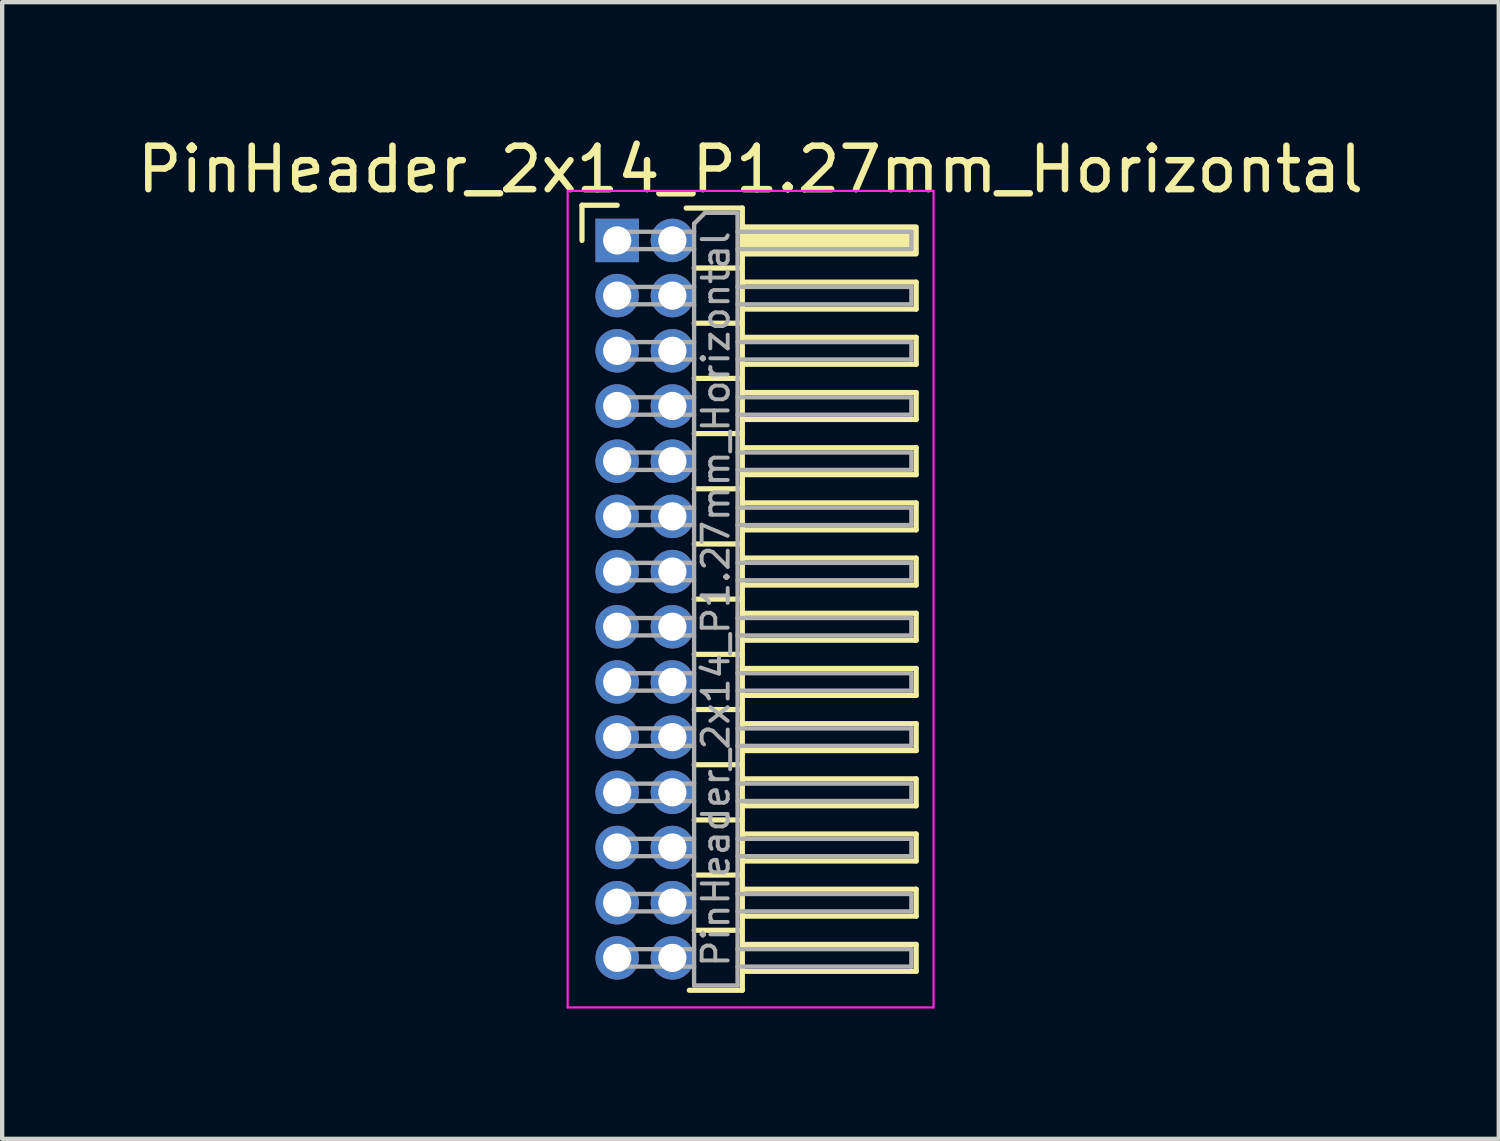
<source format=kicad_pcb>
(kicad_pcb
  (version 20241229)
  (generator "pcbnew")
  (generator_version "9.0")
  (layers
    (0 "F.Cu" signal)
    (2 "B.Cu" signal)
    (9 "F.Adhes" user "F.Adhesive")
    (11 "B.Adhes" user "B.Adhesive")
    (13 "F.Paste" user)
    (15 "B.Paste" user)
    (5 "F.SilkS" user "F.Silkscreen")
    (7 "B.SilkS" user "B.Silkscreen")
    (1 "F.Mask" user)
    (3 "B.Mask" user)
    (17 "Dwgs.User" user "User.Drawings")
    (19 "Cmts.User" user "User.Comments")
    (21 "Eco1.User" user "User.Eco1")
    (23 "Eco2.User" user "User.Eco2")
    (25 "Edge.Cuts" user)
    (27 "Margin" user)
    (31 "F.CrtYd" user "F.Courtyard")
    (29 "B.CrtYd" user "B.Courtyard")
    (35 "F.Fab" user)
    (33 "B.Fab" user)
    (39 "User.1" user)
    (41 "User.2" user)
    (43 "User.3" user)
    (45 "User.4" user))
  (footprint "PinHeader_2x14_P1.27mm_Horizontal"
    (layer "F.Cu")
    (at 11.153 2.483)
    (property "Reference" "PinHeader_2x14_P1.27mm_Horizontal" (at 3.067 -1.635 0) (layer "F.SilkS") (effects (font (size 1 1) (thickness 0.15))))
    (attr through_hole)
    (fp_line (start -0.81 -0.81) (end 0 -0.81) (stroke (width 0.12) (type solid)) (layer "F.SilkS"))
    (fp_line (start -0.81 0) (end -0.81 -0.81) (stroke (width 0.12) (type solid)) (layer "F.SilkS"))
    (fp_line (start 1.588 -0.745) (end 2.88 -0.745) (stroke (width 0.12) (type solid)) (layer "F.SilkS"))
    (fp_line (start 1.773 0.635) (end 2.88 0.635) (stroke (width 0.12) (type solid)) (layer "F.SilkS"))
    (fp_line (start 1.773 1.905) (end 2.88 1.905) (stroke (width 0.12) (type solid)) (layer "F.SilkS"))
    (fp_line (start 1.773 3.175) (end 2.88 3.175) (stroke (width 0.12) (type solid)) (layer "F.SilkS"))
    (fp_line (start 1.773 4.445) (end 2.88 4.445) (stroke (width 0.12) (type solid)) (layer "F.SilkS"))
    (fp_line (start 1.773 5.715) (end 2.88 5.715) (stroke (width 0.12) (type solid)) (layer "F.SilkS"))
    (fp_line (start 1.773 6.985) (end 2.88 6.985) (stroke (width 0.12) (type solid)) (layer "F.SilkS"))
    (fp_line (start 1.773 8.255) (end 2.88 8.255) (stroke (width 0.12) (type solid)) (layer "F.SilkS"))
    (fp_line (start 1.773 9.525) (end 2.88 9.525) (stroke (width 0.12) (type solid)) (layer "F.SilkS"))
    (fp_line (start 1.773 10.795) (end 2.88 10.795) (stroke (width 0.12) (type solid)) (layer "F.SilkS"))
    (fp_line (start 1.773 12.065) (end 2.88 12.065) (stroke (width 0.12) (type solid)) (layer "F.SilkS"))
    (fp_line (start 1.773 13.335) (end 2.88 13.335) (stroke (width 0.12) (type solid)) (layer "F.SilkS"))
    (fp_line (start 1.773 14.605) (end 2.88 14.605) (stroke (width 0.12) (type solid)) (layer "F.SilkS"))
    (fp_line (start 1.773 15.875) (end 2.88 15.875) (stroke (width 0.12) (type solid)) (layer "F.SilkS"))
    (fp_line (start 2.88 -0.745) (end 2.88 17.255) (stroke (width 0.12) (type solid)) (layer "F.SilkS"))
    (fp_line (start 2.88 0.96) (end 6.88 0.96) (stroke (width 0.12) (type solid)) (layer "F.SilkS"))
    (fp_line (start 2.88 2.23) (end 6.88 2.23) (stroke (width 0.12) (type solid)) (layer "F.SilkS"))
    (fp_line (start 2.88 3.5) (end 6.88 3.5) (stroke (width 0.12) (type solid)) (layer "F.SilkS"))
    (fp_line (start 2.88 4.77) (end 6.88 4.77) (stroke (width 0.12) (type solid)) (layer "F.SilkS"))
    (fp_line (start 2.88 6.04) (end 6.88 6.04) (stroke (width 0.12) (type solid)) (layer "F.SilkS"))
    (fp_line (start 2.88 7.31) (end 6.88 7.31) (stroke (width 0.12) (type solid)) (layer "F.SilkS"))
    (fp_line (start 2.88 8.58) (end 6.88 8.58) (stroke (width 0.12) (type solid)) (layer "F.SilkS"))
    (fp_line (start 2.88 9.85) (end 6.88 9.85) (stroke (width 0.12) (type solid)) (layer "F.SilkS"))
    (fp_line (start 2.88 11.12) (end 6.88 11.12) (stroke (width 0.12) (type solid)) (layer "F.SilkS"))
    (fp_line (start 2.88 12.39) (end 6.88 12.39) (stroke (width 0.12) (type solid)) (layer "F.SilkS"))
    (fp_line (start 2.88 13.66) (end 6.88 13.66) (stroke (width 0.12) (type solid)) (layer "F.SilkS"))
    (fp_line (start 2.88 14.93) (end 6.88 14.93) (stroke (width 0.12) (type solid)) (layer "F.SilkS"))
    (fp_line (start 2.88 16.2) (end 6.88 16.2) (stroke (width 0.12) (type solid)) (layer "F.SilkS"))
    (fp_line (start 2.88 17.255) (end 1.66 17.255) (stroke (width 0.12) (type solid)) (layer "F.SilkS"))
    (fp_line (start 6.88 0.96) (end 6.88 1.58) (stroke (width 0.12) (type solid)) (layer "F.SilkS"))
    (fp_line (start 6.88 1.58) (end 2.88 1.58) (stroke (width 0.12) (type solid)) (layer "F.SilkS"))
    (fp_line (start 6.88 2.23) (end 6.88 2.85) (stroke (width 0.12) (type solid)) (layer "F.SilkS"))
    (fp_line (start 6.88 2.85) (end 2.88 2.85) (stroke (width 0.12) (type solid)) (layer "F.SilkS"))
    (fp_line (start 6.88 3.5) (end 6.88 4.12) (stroke (width 0.12) (type solid)) (layer "F.SilkS"))
    (fp_line (start 6.88 4.12) (end 2.88 4.12) (stroke (width 0.12) (type solid)) (layer "F.SilkS"))
    (fp_line (start 6.88 4.77) (end 6.88 5.39) (stroke (width 0.12) (type solid)) (layer "F.SilkS"))
    (fp_line (start 6.88 5.39) (end 2.88 5.39) (stroke (width 0.12) (type solid)) (layer "F.SilkS"))
    (fp_line (start 6.88 6.04) (end 6.88 6.66) (stroke (width 0.12) (type solid)) (layer "F.SilkS"))
    (fp_line (start 6.88 6.66) (end 2.88 6.66) (stroke (width 0.12) (type solid)) (layer "F.SilkS"))
    (fp_line (start 6.88 7.31) (end 6.88 7.93) (stroke (width 0.12) (type solid)) (layer "F.SilkS"))
    (fp_line (start 6.88 7.93) (end 2.88 7.93) (stroke (width 0.12) (type solid)) (layer "F.SilkS"))
    (fp_line (start 6.88 8.58) (end 6.88 9.2) (stroke (width 0.12) (type solid)) (layer "F.SilkS"))
    (fp_line (start 6.88 9.2) (end 2.88 9.2) (stroke (width 0.12) (type solid)) (layer "F.SilkS"))
    (fp_line (start 6.88 9.85) (end 6.88 10.47) (stroke (width 0.12) (type solid)) (layer "F.SilkS"))
    (fp_line (start 6.88 10.47) (end 2.88 10.47) (stroke (width 0.12) (type solid)) (layer "F.SilkS"))
    (fp_line (start 6.88 11.12) (end 6.88 11.74) (stroke (width 0.12) (type solid)) (layer "F.SilkS"))
    (fp_line (start 6.88 11.74) (end 2.88 11.74) (stroke (width 0.12) (type solid)) (layer "F.SilkS"))
    (fp_line (start 6.88 12.39) (end 6.88 13.01) (stroke (width 0.12) (type solid)) (layer "F.SilkS"))
    (fp_line (start 6.88 13.01) (end 2.88 13.01) (stroke (width 0.12) (type solid)) (layer "F.SilkS"))
    (fp_line (start 6.88 13.66) (end 6.88 14.28) (stroke (width 0.12) (type solid)) (layer "F.SilkS"))
    (fp_line (start 6.88 14.28) (end 2.88 14.28) (stroke (width 0.12) (type solid)) (layer "F.SilkS"))
    (fp_line (start 6.88 14.93) (end 6.88 15.55) (stroke (width 0.12) (type solid)) (layer "F.SilkS"))
    (fp_line (start 6.88 15.55) (end 2.88 15.55) (stroke (width 0.12) (type solid)) (layer "F.SilkS"))
    (fp_line (start 6.88 16.2) (end 6.88 16.82) (stroke (width 0.12) (type solid)) (layer "F.SilkS"))
    (fp_line (start 6.88 16.82) (end 2.88 16.82) (stroke (width 0.12) (type solid)) (layer "F.SilkS"))
    (fp_rect (start 2.88 -0.31) (end 6.88 0.31) (stroke (width 0.12) (type solid)) (fill yes) (layer "F.SilkS"))
    (fp_line (start -1.14 -1.14) (end -1.14 17.65) (stroke (width 0.05) (type solid)) (layer "F.CrtYd"))
    (fp_line (start -1.14 17.65) (end 7.28 17.65) (stroke (width 0.05) (type solid)) (layer "F.CrtYd"))
    (fp_line (start 7.28 -1.14) (end -1.14 -1.14) (stroke (width 0.05) (type solid)) (layer "F.CrtYd"))
    (fp_line (start 7.28 17.65) (end 7.28 -1.14) (stroke (width 0.05) (type solid)) (layer "F.CrtYd"))
    (fp_line (start -0.2 -0.2) (end -0.2 0.2) (stroke (width 0.1) (type solid)) (layer "F.Fab"))
    (fp_line (start -0.2 -0.2) (end 1.77 -0.2) (stroke (width 0.1) (type solid)) (layer "F.Fab"))
    (fp_line (start -0.2 0.2) (end 1.77 0.2) (stroke (width 0.1) (type solid)) (layer "F.Fab"))
    (fp_line (start -0.2 1.07) (end -0.2 1.47) (stroke (width 0.1) (type solid)) (layer "F.Fab"))
    (fp_line (start -0.2 1.07) (end 1.77 1.07) (stroke (width 0.1) (type solid)) (layer "F.Fab"))
    (fp_line (start -0.2 1.47) (end 1.77 1.47) (stroke (width 0.1) (type solid)) (layer "F.Fab"))
    (fp_line (start -0.2 2.34) (end -0.2 2.74) (stroke (width 0.1) (type solid)) (layer "F.Fab"))
    (fp_line (start -0.2 2.34) (end 1.77 2.34) (stroke (width 0.1) (type solid)) (layer "F.Fab"))
    (fp_line (start -0.2 2.74) (end 1.77 2.74) (stroke (width 0.1) (type solid)) (layer "F.Fab"))
    (fp_line (start -0.2 3.61) (end -0.2 4.01) (stroke (width 0.1) (type solid)) (layer "F.Fab"))
    (fp_line (start -0.2 3.61) (end 1.77 3.61) (stroke (width 0.1) (type solid)) (layer "F.Fab"))
    (fp_line (start -0.2 4.01) (end 1.77 4.01) (stroke (width 0.1) (type solid)) (layer "F.Fab"))
    (fp_line (start -0.2 4.88) (end -0.2 5.28) (stroke (width 0.1) (type solid)) (layer "F.Fab"))
    (fp_line (start -0.2 4.88) (end 1.77 4.88) (stroke (width 0.1) (type solid)) (layer "F.Fab"))
    (fp_line (start -0.2 5.28) (end 1.77 5.28) (stroke (width 0.1) (type solid)) (layer "F.Fab"))
    (fp_line (start -0.2 6.15) (end -0.2 6.55) (stroke (width 0.1) (type solid)) (layer "F.Fab"))
    (fp_line (start -0.2 6.15) (end 1.77 6.15) (stroke (width 0.1) (type solid)) (layer "F.Fab"))
    (fp_line (start -0.2 6.55) (end 1.77 6.55) (stroke (width 0.1) (type solid)) (layer "F.Fab"))
    (fp_line (start -0.2 7.42) (end -0.2 7.82) (stroke (width 0.1) (type solid)) (layer "F.Fab"))
    (fp_line (start -0.2 7.42) (end 1.77 7.42) (stroke (width 0.1) (type solid)) (layer "F.Fab"))
    (fp_line (start -0.2 7.82) (end 1.77 7.82) (stroke (width 0.1) (type solid)) (layer "F.Fab"))
    (fp_line (start -0.2 8.69) (end -0.2 9.09) (stroke (width 0.1) (type solid)) (layer "F.Fab"))
    (fp_line (start -0.2 8.69) (end 1.77 8.69) (stroke (width 0.1) (type solid)) (layer "F.Fab"))
    (fp_line (start -0.2 9.09) (end 1.77 9.09) (stroke (width 0.1) (type solid)) (layer "F.Fab"))
    (fp_line (start -0.2 9.96) (end -0.2 10.36) (stroke (width 0.1) (type solid)) (layer "F.Fab"))
    (fp_line (start -0.2 9.96) (end 1.77 9.96) (stroke (width 0.1) (type solid)) (layer "F.Fab"))
    (fp_line (start -0.2 10.36) (end 1.77 10.36) (stroke (width 0.1) (type solid)) (layer "F.Fab"))
    (fp_line (start -0.2 11.23) (end -0.2 11.63) (stroke (width 0.1) (type solid)) (layer "F.Fab"))
    (fp_line (start -0.2 11.23) (end 1.77 11.23) (stroke (width 0.1) (type solid)) (layer "F.Fab"))
    (fp_line (start -0.2 11.63) (end 1.77 11.63) (stroke (width 0.1) (type solid)) (layer "F.Fab"))
    (fp_line (start -0.2 12.5) (end -0.2 12.9) (stroke (width 0.1) (type solid)) (layer "F.Fab"))
    (fp_line (start -0.2 12.5) (end 1.77 12.5) (stroke (width 0.1) (type solid)) (layer "F.Fab"))
    (fp_line (start -0.2 12.9) (end 1.77 12.9) (stroke (width 0.1) (type solid)) (layer "F.Fab"))
    (fp_line (start -0.2 13.77) (end -0.2 14.17) (stroke (width 0.1) (type solid)) (layer "F.Fab"))
    (fp_line (start -0.2 13.77) (end 1.77 13.77) (stroke (width 0.1) (type solid)) (layer "F.Fab"))
    (fp_line (start -0.2 14.17) (end 1.77 14.17) (stroke (width 0.1) (type solid)) (layer "F.Fab"))
    (fp_line (start -0.2 15.04) (end -0.2 15.44) (stroke (width 0.1) (type solid)) (layer "F.Fab"))
    (fp_line (start -0.2 15.04) (end 1.77 15.04) (stroke (width 0.1) (type solid)) (layer "F.Fab"))
    (fp_line (start -0.2 15.44) (end 1.77 15.44) (stroke (width 0.1) (type solid)) (layer "F.Fab"))
    (fp_line (start -0.2 16.31) (end -0.2 16.71) (stroke (width 0.1) (type solid)) (layer "F.Fab"))
    (fp_line (start -0.2 16.31) (end 1.77 16.31) (stroke (width 0.1) (type solid)) (layer "F.Fab"))
    (fp_line (start -0.2 16.71) (end 1.77 16.71) (stroke (width 0.1) (type solid)) (layer "F.Fab"))
    (fp_line (start 1.77 -0.385) (end 2.02 -0.635) (stroke (width 0.1) (type solid)) (layer "F.Fab"))
    (fp_line (start 1.77 17.145) (end 1.77 -0.385) (stroke (width 0.1) (type solid)) (layer "F.Fab"))
    (fp_line (start 2.02 -0.635) (end 2.77 -0.635) (stroke (width 0.1) (type solid)) (layer "F.Fab"))
    (fp_line (start 2.77 -0.635) (end 2.77 17.145) (stroke (width 0.1) (type solid)) (layer "F.Fab"))
    (fp_line (start 2.77 -0.2) (end 6.77 -0.2) (stroke (width 0.1) (type solid)) (layer "F.Fab"))
    (fp_line (start 2.77 0.2) (end 6.77 0.2) (stroke (width 0.1) (type solid)) (layer "F.Fab"))
    (fp_line (start 2.77 1.07) (end 6.77 1.07) (stroke (width 0.1) (type solid)) (layer "F.Fab"))
    (fp_line (start 2.77 1.47) (end 6.77 1.47) (stroke (width 0.1) (type solid)) (layer "F.Fab"))
    (fp_line (start 2.77 2.34) (end 6.77 2.34) (stroke (width 0.1) (type solid)) (layer "F.Fab"))
    (fp_line (start 2.77 2.74) (end 6.77 2.74) (stroke (width 0.1) (type solid)) (layer "F.Fab"))
    (fp_line (start 2.77 3.61) (end 6.77 3.61) (stroke (width 0.1) (type solid)) (layer "F.Fab"))
    (fp_line (start 2.77 4.01) (end 6.77 4.01) (stroke (width 0.1) (type solid)) (layer "F.Fab"))
    (fp_line (start 2.77 4.88) (end 6.77 4.88) (stroke (width 0.1) (type solid)) (layer "F.Fab"))
    (fp_line (start 2.77 5.28) (end 6.77 5.28) (stroke (width 0.1) (type solid)) (layer "F.Fab"))
    (fp_line (start 2.77 6.15) (end 6.77 6.15) (stroke (width 0.1) (type solid)) (layer "F.Fab"))
    (fp_line (start 2.77 6.55) (end 6.77 6.55) (stroke (width 0.1) (type solid)) (layer "F.Fab"))
    (fp_line (start 2.77 7.42) (end 6.77 7.42) (stroke (width 0.1) (type solid)) (layer "F.Fab"))
    (fp_line (start 2.77 7.82) (end 6.77 7.82) (stroke (width 0.1) (type solid)) (layer "F.Fab"))
    (fp_line (start 2.77 8.69) (end 6.77 8.69) (stroke (width 0.1) (type solid)) (layer "F.Fab"))
    (fp_line (start 2.77 9.09) (end 6.77 9.09) (stroke (width 0.1) (type solid)) (layer "F.Fab"))
    (fp_line (start 2.77 9.96) (end 6.77 9.96) (stroke (width 0.1) (type solid)) (layer "F.Fab"))
    (fp_line (start 2.77 10.36) (end 6.77 10.36) (stroke (width 0.1) (type solid)) (layer "F.Fab"))
    (fp_line (start 2.77 11.23) (end 6.77 11.23) (stroke (width 0.1) (type solid)) (layer "F.Fab"))
    (fp_line (start 2.77 11.63) (end 6.77 11.63) (stroke (width 0.1) (type solid)) (layer "F.Fab"))
    (fp_line (start 2.77 12.5) (end 6.77 12.5) (stroke (width 0.1) (type solid)) (layer "F.Fab"))
    (fp_line (start 2.77 12.9) (end 6.77 12.9) (stroke (width 0.1) (type solid)) (layer "F.Fab"))
    (fp_line (start 2.77 13.77) (end 6.77 13.77) (stroke (width 0.1) (type solid)) (layer "F.Fab"))
    (fp_line (start 2.77 14.17) (end 6.77 14.17) (stroke (width 0.1) (type solid)) (layer "F.Fab"))
    (fp_line (start 2.77 15.04) (end 6.77 15.04) (stroke (width 0.1) (type solid)) (layer "F.Fab"))
    (fp_line (start 2.77 15.44) (end 6.77 15.44) (stroke (width 0.1) (type solid)) (layer "F.Fab"))
    (fp_line (start 2.77 16.31) (end 6.77 16.31) (stroke (width 0.1) (type solid)) (layer "F.Fab"))
    (fp_line (start 2.77 16.71) (end 6.77 16.71) (stroke (width 0.1) (type solid)) (layer "F.Fab"))
    (fp_line (start 2.77 17.145) (end 1.77 17.145) (stroke (width 0.1) (type solid)) (layer "F.Fab"))
    (fp_line (start 6.77 -0.2) (end 6.77 0.2) (stroke (width 0.1) (type solid)) (layer "F.Fab"))
    (fp_line (start 6.77 1.07) (end 6.77 1.47) (stroke (width 0.1) (type solid)) (layer "F.Fab"))
    (fp_line (start 6.77 2.34) (end 6.77 2.74) (stroke (width 0.1) (type solid)) (layer "F.Fab"))
    (fp_line (start 6.77 3.61) (end 6.77 4.01) (stroke (width 0.1) (type solid)) (layer "F.Fab"))
    (fp_line (start 6.77 4.88) (end 6.77 5.28) (stroke (width 0.1) (type solid)) (layer "F.Fab"))
    (fp_line (start 6.77 6.15) (end 6.77 6.55) (stroke (width 0.1) (type solid)) (layer "F.Fab"))
    (fp_line (start 6.77 7.42) (end 6.77 7.82) (stroke (width 0.1) (type solid)) (layer "F.Fab"))
    (fp_line (start 6.77 8.69) (end 6.77 9.09) (stroke (width 0.1) (type solid)) (layer "F.Fab"))
    (fp_line (start 6.77 9.96) (end 6.77 10.36) (stroke (width 0.1) (type solid)) (layer "F.Fab"))
    (fp_line (start 6.77 11.23) (end 6.77 11.63) (stroke (width 0.1) (type solid)) (layer "F.Fab"))
    (fp_line (start 6.77 12.5) (end 6.77 12.9) (stroke (width 0.1) (type solid)) (layer "F.Fab"))
    (fp_line (start 6.77 13.77) (end 6.77 14.17) (stroke (width 0.1) (type solid)) (layer "F.Fab"))
    (fp_line (start 6.77 15.04) (end 6.77 15.44) (stroke (width 0.1) (type solid)) (layer "F.Fab"))
    (fp_line (start 6.77 16.31) (end 6.77 16.71) (stroke (width 0.1) (type solid)) (layer "F.Fab"))
    (fp_text user "${REFERENCE}" (at 2.27 8.255 90) (layer "F.Fab") (effects (font (size 0.6 0.6) (thickness 0.09))))
    (pad "1" thru_hole rect (at 0 0) (size 1 1) (drill 0.65) (layers "*.Cu" "*.Mask"))
    (pad "2" thru_hole circle (at 1.27 0) (size 1 1) (drill 0.65) (layers "*.Cu" "*.Mask"))
    (pad "3" thru_hole circle (at 0 1.27) (size 1 1) (drill 0.65) (layers "*.Cu" "*.Mask"))
    (pad "4" thru_hole circle (at 1.27 1.27) (size 1 1) (drill 0.65) (layers "*.Cu" "*.Mask"))
    (pad "5" thru_hole circle (at 0 2.54) (size 1 1) (drill 0.65) (layers "*.Cu" "*.Mask"))
    (pad "6" thru_hole circle (at 1.27 2.54) (size 1 1) (drill 0.65) (layers "*.Cu" "*.Mask"))
    (pad "7" thru_hole circle (at 0 3.81) (size 1 1) (drill 0.65) (layers "*.Cu" "*.Mask"))
    (pad "8" thru_hole circle (at 1.27 3.81) (size 1 1) (drill 0.65) (layers "*.Cu" "*.Mask"))
    (pad "9" thru_hole circle (at 0 5.08) (size 1 1) (drill 0.65) (layers "*.Cu" "*.Mask"))
    (pad "10" thru_hole circle (at 1.27 5.08) (size 1 1) (drill 0.65) (layers "*.Cu" "*.Mask"))
    (pad "11" thru_hole circle (at 0 6.35) (size 1 1) (drill 0.65) (layers "*.Cu" "*.Mask"))
    (pad "12" thru_hole circle (at 1.27 6.35) (size 1 1) (drill 0.65) (layers "*.Cu" "*.Mask"))
    (pad "13" thru_hole circle (at 0 7.62) (size 1 1) (drill 0.65) (layers "*.Cu" "*.Mask"))
    (pad "14" thru_hole circle (at 1.27 7.62) (size 1 1) (drill 0.65) (layers "*.Cu" "*.Mask"))
    (pad "15" thru_hole circle (at 0 8.89) (size 1 1) (drill 0.65) (layers "*.Cu" "*.Mask"))
    (pad "16" thru_hole circle (at 1.27 8.89) (size 1 1) (drill 0.65) (layers "*.Cu" "*.Mask"))
    (pad "17" thru_hole circle (at 0 10.16) (size 1 1) (drill 0.65) (layers "*.Cu" "*.Mask"))
    (pad "18" thru_hole circle (at 1.27 10.16) (size 1 1) (drill 0.65) (layers "*.Cu" "*.Mask"))
    (pad "19" thru_hole circle (at 0 11.43) (size 1 1) (drill 0.65) (layers "*.Cu" "*.Mask"))
    (pad "20" thru_hole circle (at 1.27 11.43) (size 1 1) (drill 0.65) (layers "*.Cu" "*.Mask"))
    (pad "21" thru_hole circle (at 0 12.7) (size 1 1) (drill 0.65) (layers "*.Cu" "*.Mask"))
    (pad "22" thru_hole circle (at 1.27 12.7) (size 1 1) (drill 0.65) (layers "*.Cu" "*.Mask"))
    (pad "23" thru_hole circle (at 0 13.97) (size 1 1) (drill 0.65) (layers "*.Cu" "*.Mask"))
    (pad "24" thru_hole circle (at 1.27 13.97) (size 1 1) (drill 0.65) (layers "*.Cu" "*.Mask"))
    (pad "25" thru_hole circle (at 0 15.24) (size 1 1) (drill 0.65) (layers "*.Cu" "*.Mask"))
    (pad "26" thru_hole circle (at 1.27 15.24) (size 1 1) (drill 0.65) (layers "*.Cu" "*.Mask"))
    (pad "27" thru_hole circle (at 0 16.51) (size 1 1) (drill 0.65) (layers "*.Cu" "*.Mask"))
    (pad "28" thru_hole circle (at 1.27 16.51) (size 1 1) (drill 0.65) (layers "*.Cu" "*.Mask")))
  (gr_rect
    (start -3 -3)
    (end 31.44 23.158)
    (stroke (width 0.1) (type default))
    (fill no)
    (layer "Edge.Cuts")))
</source>
